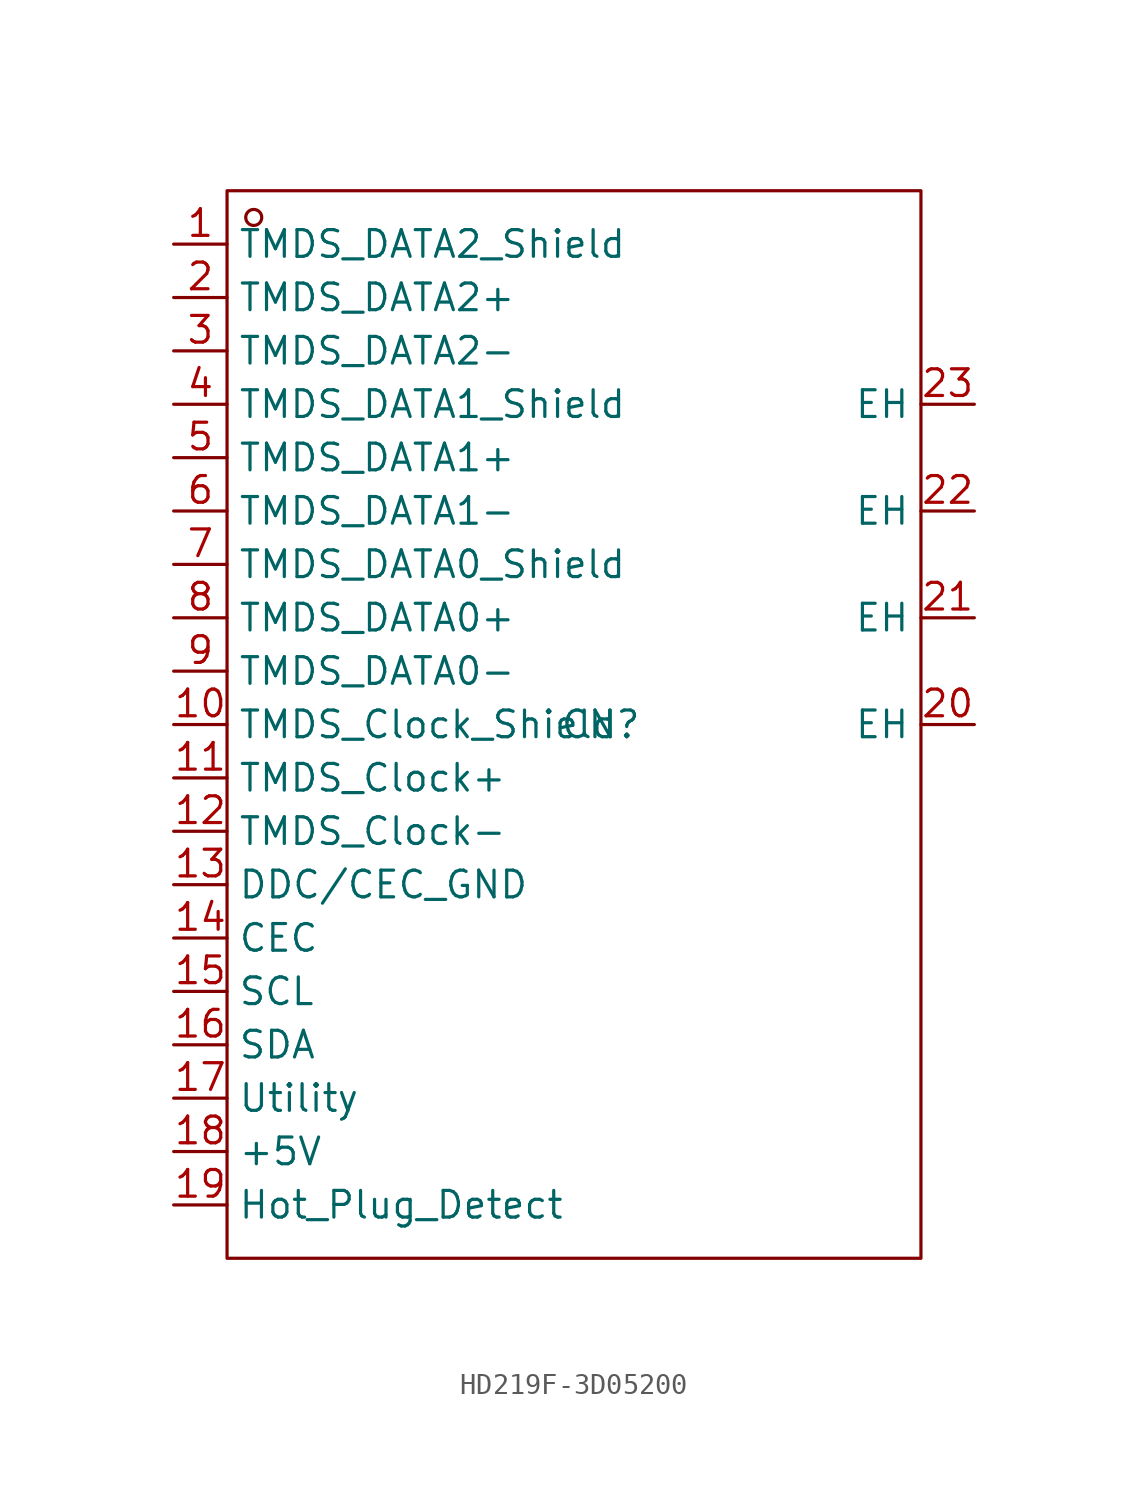
<source format=kicad_sym>
(kicad_symbol_lib
  (version 20231120)
  (generator "kicad_symbol_editor")
  (generator_version "8.0")
  (symbol "HD219F-3D05200"
    (property "Reference" "CN"
      (at 0 0 0)
      (effects (font (size 1.27 1.27))))
    (property "Value" ""
      (at 0 0 0)
      (effects (font (size 1.27 1.27))))
    (symbol "HD219F-3D05200_1_0"
      (rectangle (start -17.78 -25.4) (end 15.24 25.4) (stroke (width 0) (type default)) (fill (type none)))
      (circle (center -16.51 24.13) (radius 0.381) (stroke (width 0) (type default)) (fill (type none)))
      (pin input line (at -20.32 22.86 0) (length 2.54) (name "TMDS_DATA2_Shield" (effects (font (size 1.27 1.27)))) (number "1" (effects (font (size 1.27 1.27)))))
      (pin input line (at -20.32 0 0) (length 2.54) (name "TMDS_Clock_Shield" (effects (font (size 1.27 1.27)))) (number "10" (effects (font (size 1.27 1.27)))))
      (pin input line (at -20.32 -2.54 0) (length 2.54) (name "TMDS_Clock+" (effects (font (size 1.27 1.27)))) (number "11" (effects (font (size 1.27 1.27)))))
      (pin input line (at -20.32 -5.08 0) (length 2.54) (name "TMDS_Clock-" (effects (font (size 1.27 1.27)))) (number "12" (effects (font (size 1.27 1.27)))))
      (pin input line (at -20.32 -7.62 0) (length 2.54) (name "DDC/CEC_GND" (effects (font (size 1.27 1.27)))) (number "13" (effects (font (size 1.27 1.27)))))
      (pin input line (at -20.32 -10.16 0) (length 2.54) (name "CEC" (effects (font (size 1.27 1.27)))) (number "14" (effects (font (size 1.27 1.27)))))
      (pin input line (at -20.32 -12.7 0) (length 2.54) (name "SCL" (effects (font (size 1.27 1.27)))) (number "15" (effects (font (size 1.27 1.27)))))
      (pin input line (at -20.32 -15.24 0) (length 2.54) (name "SDA" (effects (font (size 1.27 1.27)))) (number "16" (effects (font (size 1.27 1.27)))))
      (pin input line (at -20.32 -17.78 0) (length 2.54) (name "Utility" (effects (font (size 1.27 1.27)))) (number "17" (effects (font (size 1.27 1.27)))))
      (pin input line (at -20.32 -20.32 0) (length 2.54) (name "+5V" (effects (font (size 1.27 1.27)))) (number "18" (effects (font (size 1.27 1.27)))))
      (pin input line (at -20.32 -22.86 0) (length 2.54) (name "Hot_Plug_Detect" (effects (font (size 1.27 1.27)))) (number "19" (effects (font (size 1.27 1.27)))))
      (pin input line (at -20.32 20.32 0) (length 2.54) (name "TMDS_DATA2+" (effects (font (size 1.27 1.27)))) (number "2" (effects (font (size 1.27 1.27)))))
      (pin input line (at 17.78 0 180) (length 2.54) (name "EH" (effects (font (size 1.27 1.27)))) (number "20" (effects (font (size 1.27 1.27)))))
      (pin input line (at 17.78 5.08 180) (length 2.54) (name "EH" (effects (font (size 1.27 1.27)))) (number "21" (effects (font (size 1.27 1.27)))))
      (pin input line (at 17.78 10.16 180) (length 2.54) (name "EH" (effects (font (size 1.27 1.27)))) (number "22" (effects (font (size 1.27 1.27)))))
      (pin input line (at 17.78 15.24 180) (length 2.54) (name "EH" (effects (font (size 1.27 1.27)))) (number "23" (effects (font (size 1.27 1.27)))))
      (pin input line (at -20.32 17.78 0) (length 2.54) (name "TMDS_DATA2-" (effects (font (size 1.27 1.27)))) (number "3" (effects (font (size 1.27 1.27)))))
      (pin input line (at -20.32 15.24 0) (length 2.54) (name "TMDS_DATA1_Shield" (effects (font (size 1.27 1.27)))) (number "4" (effects (font (size 1.27 1.27)))))
      (pin input line (at -20.32 12.7 0) (length 2.54) (name "TMDS_DATA1+" (effects (font (size 1.27 1.27)))) (number "5" (effects (font (size 1.27 1.27)))))
      (pin input line (at -20.32 10.16 0) (length 2.54) (name "TMDS_DATA1-" (effects (font (size 1.27 1.27)))) (number "6" (effects (font (size 1.27 1.27)))))
      (pin input line (at -20.32 7.62 0) (length 2.54) (name "TMDS_DATA0_Shield" (effects (font (size 1.27 1.27)))) (number "7" (effects (font (size 1.27 1.27)))))
      (pin input line (at -20.32 5.08 0) (length 2.54) (name "TMDS_DATA0+" (effects (font (size 1.27 1.27)))) (number "8" (effects (font (size 1.27 1.27)))))
      (pin input line (at -20.32 2.54 0) (length 2.54) (name "TMDS_DATA0-" (effects (font (size 1.27 1.27)))) (number "9" (effects (font (size 1.27 1.27))))))))
</source>
